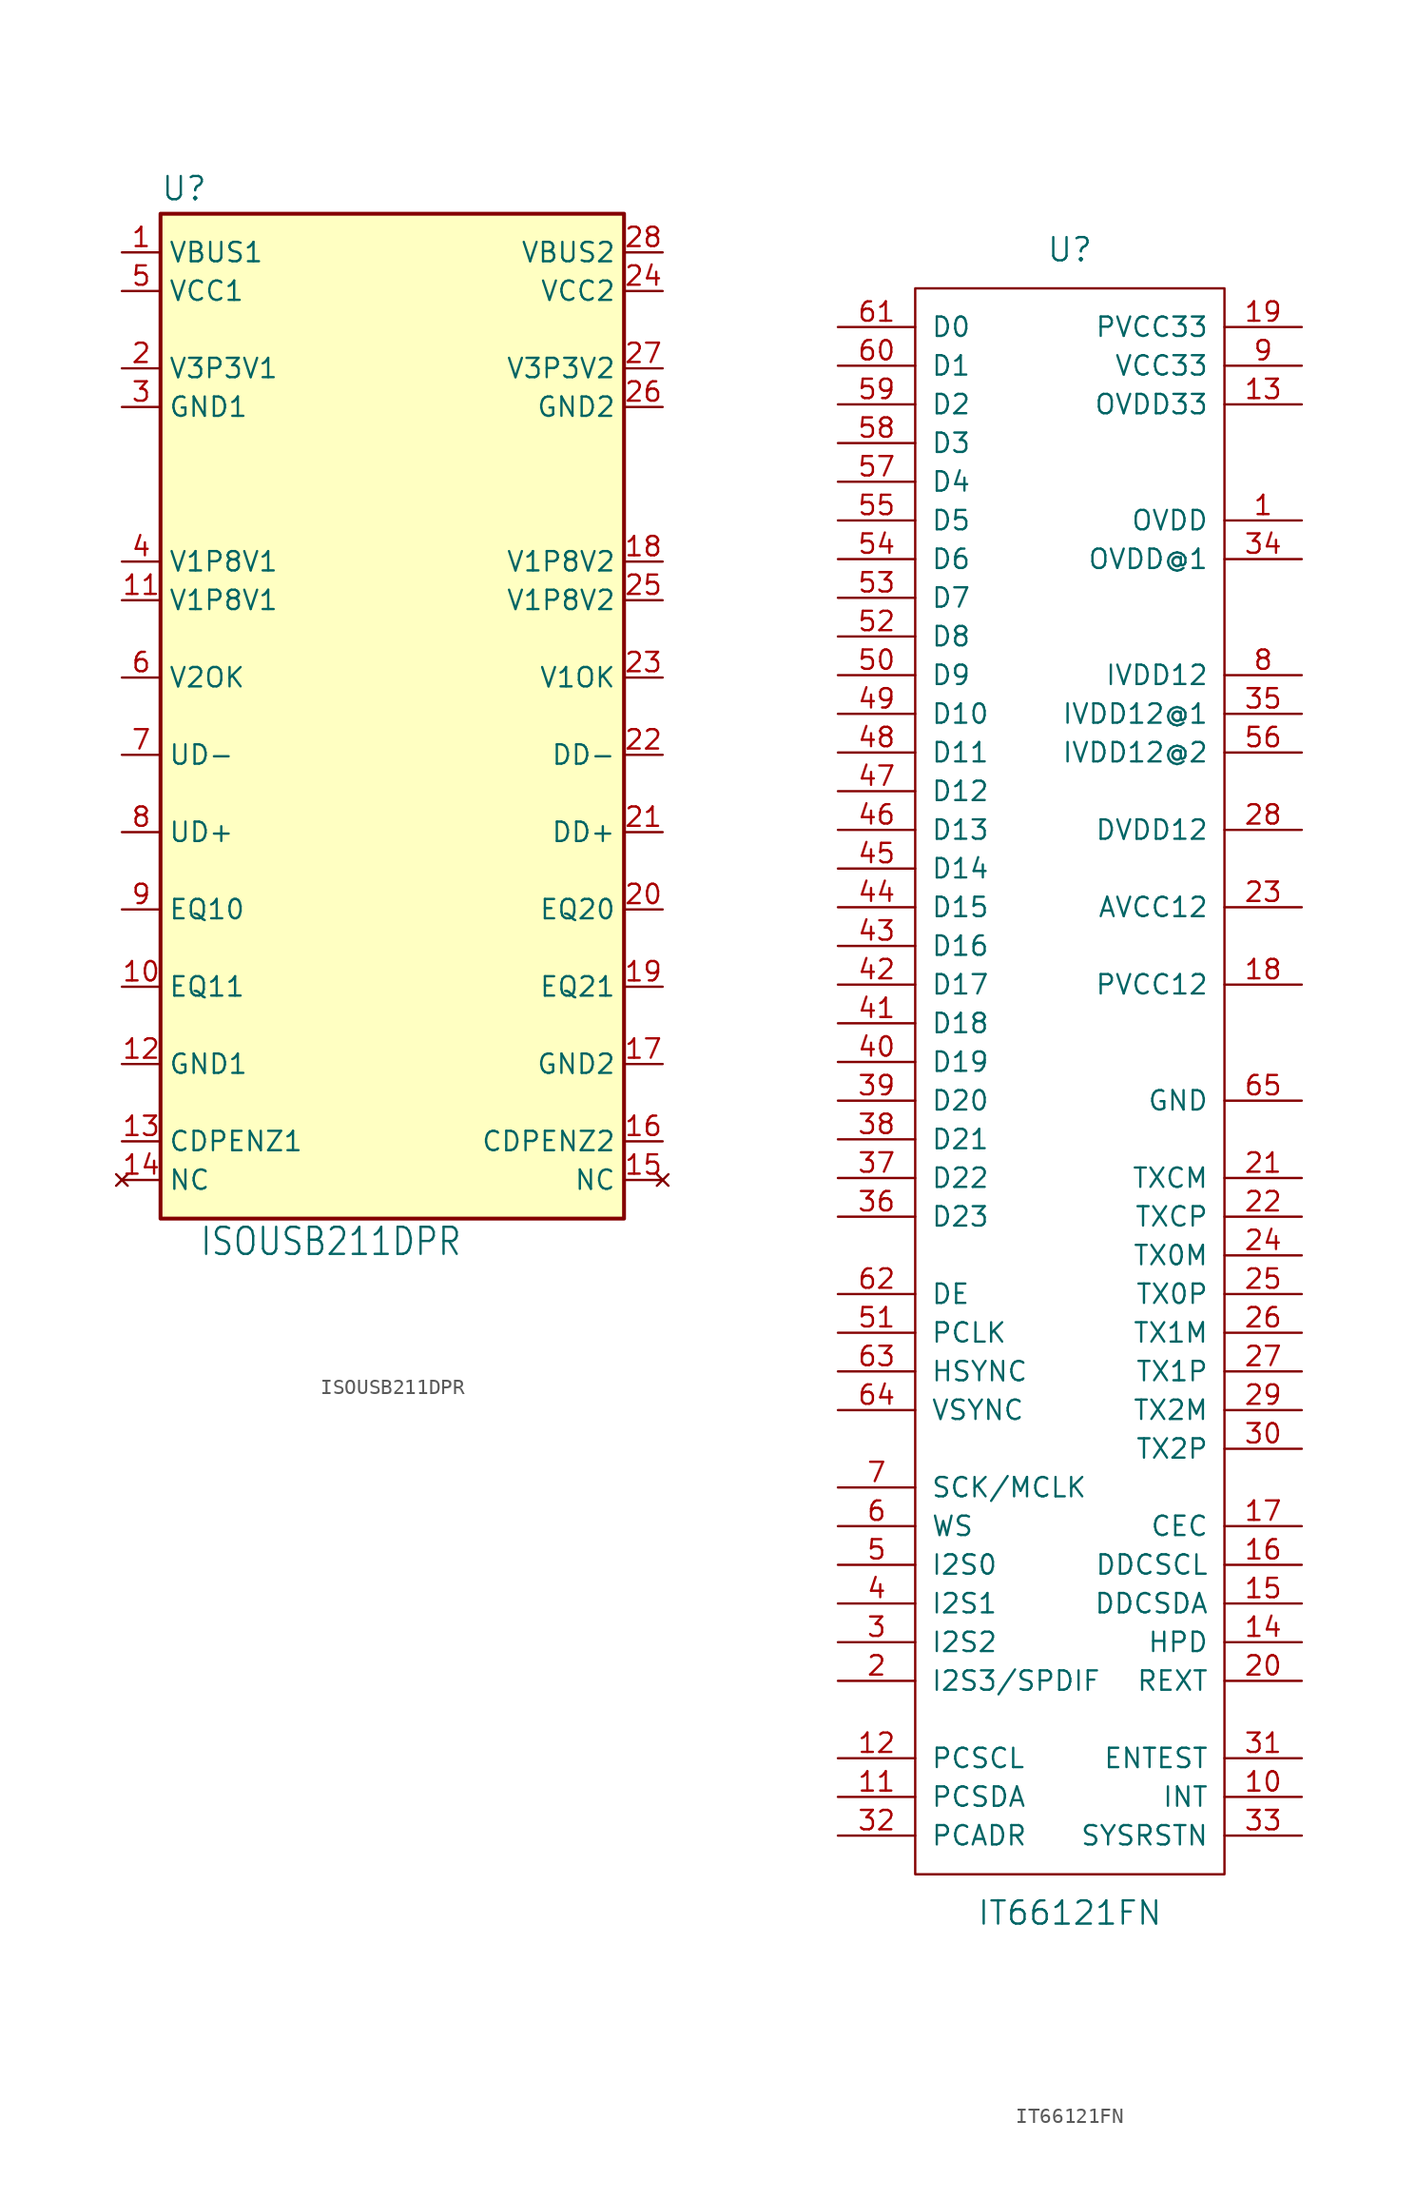
<source format=kicad_sym>
(kicad_symbol_lib
  (version 20220914)
  (generator kicad_symbol_editor)
  (symbol "ISOUSB211DPR"
    (property "Reference" "U"
      (at -15.24 36.322 0)
      (effects (font (size 1.524 1.524)) (justify left bottom)))
    (property "Value" "ISOUSB211DPR"
      (at -12.7 -33.02 0)
      (effects (font (size 1.778 1.511)) (justify left bottom)))
    (symbol "ISOUSB211DPR_1_0"
      (pin power_in line (at -17.78 33.02 0) (length 2.54) (name "VBUS1" (effects (font (size 1.27 1.27)))) (number "1" (effects (font (size 1.27 1.27)))))
      (pin input line (at -17.78 -15.24 0) (length 2.54) (name "EQ11" (effects (font (size 1.27 1.27)))) (number "10" (effects (font (size 1.27 1.27)))))
      (pin power_in line (at -17.78 10.16 0) (length 2.54) (name "V1P8V1" (effects (font (size 1.27 1.27)))) (number "11" (effects (font (size 1.27 1.27)))))
      (pin power_in line (at -17.78 -20.32 0) (length 2.54) (name "GND1" (effects (font (size 1.27 1.27)))) (number "12" (effects (font (size 1.27 1.27)))))
      (pin input line (at -17.78 -25.4 0) (length 2.54) (name "CDPENZ1" (effects (font (size 1.27 1.27)))) (number "13" (effects (font (size 1.27 1.27)))))
      (pin no_connect line (at -17.78 -27.94 0) (length 2.54) (name "NC" (effects (font (size 1.27 1.27)))) (number "14" (effects (font (size 1.27 1.27)))))
      (pin no_connect line (at 17.78 -27.94 180) (length 2.54) (name "NC" (effects (font (size 1.27 1.27)))) (number "15" (effects (font (size 1.27 1.27)))))
      (pin input line (at 17.78 -25.4 180) (length 2.54) (name "CDPENZ2" (effects (font (size 1.27 1.27)))) (number "16" (effects (font (size 1.27 1.27)))))
      (pin power_in line (at 17.78 -20.32 180) (length 2.54) (name "GND2" (effects (font (size 1.27 1.27)))) (number "17" (effects (font (size 1.27 1.27)))))
      (pin power_in line (at 17.78 12.7 180) (length 2.54) (name "V1P8V2" (effects (font (size 1.27 1.27)))) (number "18" (effects (font (size 1.27 1.27)))))
      (pin input line (at 17.78 -15.24 180) (length 2.54) (name "EQ21" (effects (font (size 1.27 1.27)))) (number "19" (effects (font (size 1.27 1.27)))))
      (pin power_in line (at -17.78 25.4 0) (length 2.54) (name "V3P3V1" (effects (font (size 1.27 1.27)))) (number "2" (effects (font (size 1.27 1.27)))))
      (pin input line (at 17.78 -10.16 180) (length 2.54) (name "EQ20" (effects (font (size 1.27 1.27)))) (number "20" (effects (font (size 1.27 1.27)))))
      (pin bidirectional line (at 17.78 -5.08 180) (length 2.54) (name "DD+" (effects (font (size 1.27 1.27)))) (number "21" (effects (font (size 1.27 1.27)))))
      (pin bidirectional line (at 17.78 0 180) (length 2.54) (name "DD-" (effects (font (size 1.27 1.27)))) (number "22" (effects (font (size 1.27 1.27)))))
      (pin output line (at 17.78 5.08 180) (length 2.54) (name "V1OK" (effects (font (size 1.27 1.27)))) (number "23" (effects (font (size 1.27 1.27)))))
      (pin power_in line (at 17.78 30.48 180) (length 2.54) (name "VCC2" (effects (font (size 1.27 1.27)))) (number "24" (effects (font (size 1.27 1.27)))))
      (pin power_in line (at 17.78 10.16 180) (length 2.54) (name "V1P8V2" (effects (font (size 1.27 1.27)))) (number "25" (effects (font (size 1.27 1.27)))))
      (pin power_in line (at 17.78 22.86 180) (length 2.54) (name "GND2" (effects (font (size 1.27 1.27)))) (number "26" (effects (font (size 1.27 1.27)))))
      (pin power_in line (at 17.78 25.4 180) (length 2.54) (name "V3P3V2" (effects (font (size 1.27 1.27)))) (number "27" (effects (font (size 1.27 1.27)))))
      (pin power_in line (at 17.78 33.02 180) (length 2.54) (name "VBUS2" (effects (font (size 1.27 1.27)))) (number "28" (effects (font (size 1.27 1.27)))))
      (pin power_in line (at -17.78 22.86 0) (length 2.54) (name "GND1" (effects (font (size 1.27 1.27)))) (number "3" (effects (font (size 1.27 1.27)))))
      (pin power_in line (at -17.78 12.7 0) (length 2.54) (name "V1P8V1" (effects (font (size 1.27 1.27)))) (number "4" (effects (font (size 1.27 1.27)))))
      (pin power_in line (at -17.78 30.48 0) (length 2.54) (name "VCC1" (effects (font (size 1.27 1.27)))) (number "5" (effects (font (size 1.27 1.27)))))
      (pin output line (at -17.78 5.08 0) (length 2.54) (name "V2OK" (effects (font (size 1.27 1.27)))) (number "6" (effects (font (size 1.27 1.27)))))
      (pin bidirectional line (at -17.78 0 0) (length 2.54) (name "UD-" (effects (font (size 1.27 1.27)))) (number "7" (effects (font (size 1.27 1.27)))))
      (pin bidirectional line (at -17.78 -5.08 0) (length 2.54) (name "UD+" (effects (font (size 1.27 1.27)))) (number "8" (effects (font (size 1.27 1.27)))))
      (pin input line (at -17.78 -10.16 0) (length 2.54) (name "EQ10" (effects (font (size 1.27 1.27)))) (number "9" (effects (font (size 1.27 1.27))))))
    (symbol "ISOUSB211DPR_1_1"
      (rectangle (start -15.24 35.56) (end 15.24 -30.48) (stroke (width 0.254) (type default)) (fill (type background)))))
  (symbol "IT66121FN"
    (pin_names
      (offset 1.016))
    (property "Reference" "U"
      (at 0 53.34 0)
      (effects (font (size 1.524 1.524))))
    (property "Value" "IT66121FN"
      (at 0 -55.88 0)
      (effects (font (size 1.524 1.524))))
    (symbol "IT66121FN_0_1"
      (rectangle (start -10.16 50.8) (end 10.16 -53.34) (stroke (width 0) (type solid)) (fill (type none))))
    (symbol "IT66121FN_1_1"
      (pin power_in line (at 15.24 35.56 180) (length 5.08) (name "OVDD" (effects (font (size 1.27 1.27)))) (number "1" (effects (font (size 1.27 1.27)))))
      (pin output line (at 15.24 -48.26 180) (length 5.08) (name "INT" (effects (font (size 1.27 1.27)))) (number "10" (effects (font (size 1.27 1.27)))))
      (pin bidirectional line (at -15.24 -48.26 0) (length 5.08) (name "PCSDA" (effects (font (size 1.27 1.27)))) (number "11" (effects (font (size 1.27 1.27)))))
      (pin input line (at -15.24 -45.72 0) (length 5.08) (name "PCSCL" (effects (font (size 1.27 1.27)))) (number "12" (effects (font (size 1.27 1.27)))))
      (pin power_in line (at 15.24 43.18 180) (length 5.08) (name "OVDD33" (effects (font (size 1.27 1.27)))) (number "13" (effects (font (size 1.27 1.27)))))
      (pin input line (at 15.24 -38.1 180) (length 5.08) (name "HPD" (effects (font (size 1.27 1.27)))) (number "14" (effects (font (size 1.27 1.27)))))
      (pin bidirectional line (at 15.24 -35.56 180) (length 5.08) (name "DDCSDA" (effects (font (size 1.27 1.27)))) (number "15" (effects (font (size 1.27 1.27)))))
      (pin bidirectional line (at 15.24 -33.02 180) (length 5.08) (name "DDCSCL" (effects (font (size 1.27 1.27)))) (number "16" (effects (font (size 1.27 1.27)))))
      (pin bidirectional line (at 15.24 -30.48 180) (length 5.08) (name "CEC" (effects (font (size 1.27 1.27)))) (number "17" (effects (font (size 1.27 1.27)))))
      (pin power_in line (at 15.24 5.08 180) (length 5.08) (name "PVCC12" (effects (font (size 1.27 1.27)))) (number "18" (effects (font (size 1.27 1.27)))))
      (pin power_in line (at 15.24 48.26 180) (length 5.08) (name "PVCC33" (effects (font (size 1.27 1.27)))) (number "19" (effects (font (size 1.27 1.27)))))
      (pin input line (at -15.24 -40.64 0) (length 5.08) (name "I2S3/SPDIF" (effects (font (size 1.27 1.27)))) (number "2" (effects (font (size 1.27 1.27)))))
      (pin input line (at 15.24 -40.64 180) (length 5.08) (name "REXT" (effects (font (size 1.27 1.27)))) (number "20" (effects (font (size 1.27 1.27)))))
      (pin output line (at 15.24 -7.62 180) (length 5.08) (name "TXCM" (effects (font (size 1.27 1.27)))) (number "21" (effects (font (size 1.27 1.27)))))
      (pin output line (at 15.24 -10.16 180) (length 5.08) (name "TXCP" (effects (font (size 1.27 1.27)))) (number "22" (effects (font (size 1.27 1.27)))))
      (pin power_in line (at 15.24 10.16 180) (length 5.08) (name "AVCC12" (effects (font (size 1.27 1.27)))) (number "23" (effects (font (size 1.27 1.27)))))
      (pin output line (at 15.24 -12.7 180) (length 5.08) (name "TX0M" (effects (font (size 1.27 1.27)))) (number "24" (effects (font (size 1.27 1.27)))))
      (pin output line (at 15.24 -15.24 180) (length 5.08) (name "TX0P" (effects (font (size 1.27 1.27)))) (number "25" (effects (font (size 1.27 1.27)))))
      (pin output line (at 15.24 -17.78 180) (length 5.08) (name "TX1M" (effects (font (size 1.27 1.27)))) (number "26" (effects (font (size 1.27 1.27)))))
      (pin output line (at 15.24 -20.32 180) (length 5.08) (name "TX1P" (effects (font (size 1.27 1.27)))) (number "27" (effects (font (size 1.27 1.27)))))
      (pin power_in line (at 15.24 15.24 180) (length 5.08) (name "DVDD12" (effects (font (size 1.27 1.27)))) (number "28" (effects (font (size 1.27 1.27)))))
      (pin output line (at 15.24 -22.86 180) (length 5.08) (name "TX2M" (effects (font (size 1.27 1.27)))) (number "29" (effects (font (size 1.27 1.27)))))
      (pin input line (at -15.24 -38.1 0) (length 5.08) (name "I2S2" (effects (font (size 1.27 1.27)))) (number "3" (effects (font (size 1.27 1.27)))))
      (pin output line (at 15.24 -25.4 180) (length 5.08) (name "TX2P" (effects (font (size 1.27 1.27)))) (number "30" (effects (font (size 1.27 1.27)))))
      (pin input line (at 15.24 -45.72 180) (length 5.08) (name "ENTEST" (effects (font (size 1.27 1.27)))) (number "31" (effects (font (size 1.27 1.27)))))
      (pin input line (at -15.24 -50.8 0) (length 5.08) (name "PCADR" (effects (font (size 1.27 1.27)))) (number "32" (effects (font (size 1.27 1.27)))))
      (pin input line (at 15.24 -50.8 180) (length 5.08) (name "SYSRSTN" (effects (font (size 1.27 1.27)))) (number "33" (effects (font (size 1.27 1.27)))))
      (pin power_in line (at 15.24 33.02 180) (length 5.08) (name "OVDD@1" (effects (font (size 1.27 1.27)))) (number "34" (effects (font (size 1.27 1.27)))))
      (pin power_in line (at 15.24 22.86 180) (length 5.08) (name "IVDD12@1" (effects (font (size 1.27 1.27)))) (number "35" (effects (font (size 1.27 1.27)))))
      (pin input line (at -15.24 -10.16 0) (length 5.08) (name "D23" (effects (font (size 1.27 1.27)))) (number "36" (effects (font (size 1.27 1.27)))))
      (pin input line (at -15.24 -7.62 0) (length 5.08) (name "D22" (effects (font (size 1.27 1.27)))) (number "37" (effects (font (size 1.27 1.27)))))
      (pin input line (at -15.24 -5.08 0) (length 5.08) (name "D21" (effects (font (size 1.27 1.27)))) (number "38" (effects (font (size 1.27 1.27)))))
      (pin input line (at -15.24 -2.54 0) (length 5.08) (name "D20" (effects (font (size 1.27 1.27)))) (number "39" (effects (font (size 1.27 1.27)))))
      (pin input line (at -15.24 -35.56 0) (length 5.08) (name "I2S1" (effects (font (size 1.27 1.27)))) (number "4" (effects (font (size 1.27 1.27)))))
      (pin input line (at -15.24 0 0) (length 5.08) (name "D19" (effects (font (size 1.27 1.27)))) (number "40" (effects (font (size 1.27 1.27)))))
      (pin input line (at -15.24 2.54 0) (length 5.08) (name "D18" (effects (font (size 1.27 1.27)))) (number "41" (effects (font (size 1.27 1.27)))))
      (pin input line (at -15.24 5.08 0) (length 5.08) (name "D17" (effects (font (size 1.27 1.27)))) (number "42" (effects (font (size 1.27 1.27)))))
      (pin input line (at -15.24 7.62 0) (length 5.08) (name "D16" (effects (font (size 1.27 1.27)))) (number "43" (effects (font (size 1.27 1.27)))))
      (pin input line (at -15.24 10.16 0) (length 5.08) (name "D15" (effects (font (size 1.27 1.27)))) (number "44" (effects (font (size 1.27 1.27)))))
      (pin input line (at -15.24 12.7 0) (length 5.08) (name "D14" (effects (font (size 1.27 1.27)))) (number "45" (effects (font (size 1.27 1.27)))))
      (pin input line (at -15.24 15.24 0) (length 5.08) (name "D13" (effects (font (size 1.27 1.27)))) (number "46" (effects (font (size 1.27 1.27)))))
      (pin input line (at -15.24 17.78 0) (length 5.08) (name "D12" (effects (font (size 1.27 1.27)))) (number "47" (effects (font (size 1.27 1.27)))))
      (pin input line (at -15.24 20.32 0) (length 5.08) (name "D11" (effects (font (size 1.27 1.27)))) (number "48" (effects (font (size 1.27 1.27)))))
      (pin input line (at -15.24 22.86 0) (length 5.08) (name "D10" (effects (font (size 1.27 1.27)))) (number "49" (effects (font (size 1.27 1.27)))))
      (pin input line (at -15.24 -33.02 0) (length 5.08) (name "I2S0" (effects (font (size 1.27 1.27)))) (number "5" (effects (font (size 1.27 1.27)))))
      (pin input line (at -15.24 25.4 0) (length 5.08) (name "D9" (effects (font (size 1.27 1.27)))) (number "50" (effects (font (size 1.27 1.27)))))
      (pin input line (at -15.24 -17.78 0) (length 5.08) (name "PCLK" (effects (font (size 1.27 1.27)))) (number "51" (effects (font (size 1.27 1.27)))))
      (pin input line (at -15.24 27.94 0) (length 5.08) (name "D8" (effects (font (size 1.27 1.27)))) (number "52" (effects (font (size 1.27 1.27)))))
      (pin input line (at -15.24 30.48 0) (length 5.08) (name "D7" (effects (font (size 1.27 1.27)))) (number "53" (effects (font (size 1.27 1.27)))))
      (pin input line (at -15.24 33.02 0) (length 5.08) (name "D6" (effects (font (size 1.27 1.27)))) (number "54" (effects (font (size 1.27 1.27)))))
      (pin input line (at -15.24 35.56 0) (length 5.08) (name "D5" (effects (font (size 1.27 1.27)))) (number "55" (effects (font (size 1.27 1.27)))))
      (pin power_in line (at 15.24 20.32 180) (length 5.08) (name "IVDD12@2" (effects (font (size 1.27 1.27)))) (number "56" (effects (font (size 1.27 1.27)))))
      (pin input line (at -15.24 38.1 0) (length 5.08) (name "D4" (effects (font (size 1.27 1.27)))) (number "57" (effects (font (size 1.27 1.27)))))
      (pin input line (at -15.24 40.64 0) (length 5.08) (name "D3" (effects (font (size 1.27 1.27)))) (number "58" (effects (font (size 1.27 1.27)))))
      (pin input line (at -15.24 43.18 0) (length 5.08) (name "D2" (effects (font (size 1.27 1.27)))) (number "59" (effects (font (size 1.27 1.27)))))
      (pin input line (at -15.24 -30.48 0) (length 5.08) (name "WS" (effects (font (size 1.27 1.27)))) (number "6" (effects (font (size 1.27 1.27)))))
      (pin input line (at -15.24 45.72 0) (length 5.08) (name "D1" (effects (font (size 1.27 1.27)))) (number "60" (effects (font (size 1.27 1.27)))))
      (pin input line (at -15.24 48.26 0) (length 5.08) (name "D0" (effects (font (size 1.27 1.27)))) (number "61" (effects (font (size 1.27 1.27)))))
      (pin input line (at -15.24 -15.24 0) (length 5.08) (name "DE" (effects (font (size 1.27 1.27)))) (number "62" (effects (font (size 1.27 1.27)))))
      (pin input line (at -15.24 -20.32 0) (length 5.08) (name "HSYNC" (effects (font (size 1.27 1.27)))) (number "63" (effects (font (size 1.27 1.27)))))
      (pin input line (at -15.24 -22.86 0) (length 5.08) (name "VSYNC" (effects (font (size 1.27 1.27)))) (number "64" (effects (font (size 1.27 1.27)))))
      (pin power_in line (at 15.24 -2.54 180) (length 5.08) (name "GND" (effects (font (size 1.27 1.27)))) (number "65" (effects (font (size 1.27 1.27)))))
      (pin input line (at -15.24 -27.94 0) (length 5.08) (name "SCK/MCLK" (effects (font (size 1.27 1.27)))) (number "7" (effects (font (size 1.27 1.27)))))
      (pin power_in line (at 15.24 25.4 180) (length 5.08) (name "IVDD12" (effects (font (size 1.27 1.27)))) (number "8" (effects (font (size 1.27 1.27)))))
      (pin power_in line (at 15.24 45.72 180) (length 5.08) (name "VCC33" (effects (font (size 1.27 1.27)))) (number "9" (effects (font (size 1.27 1.27))))))))
</source>
